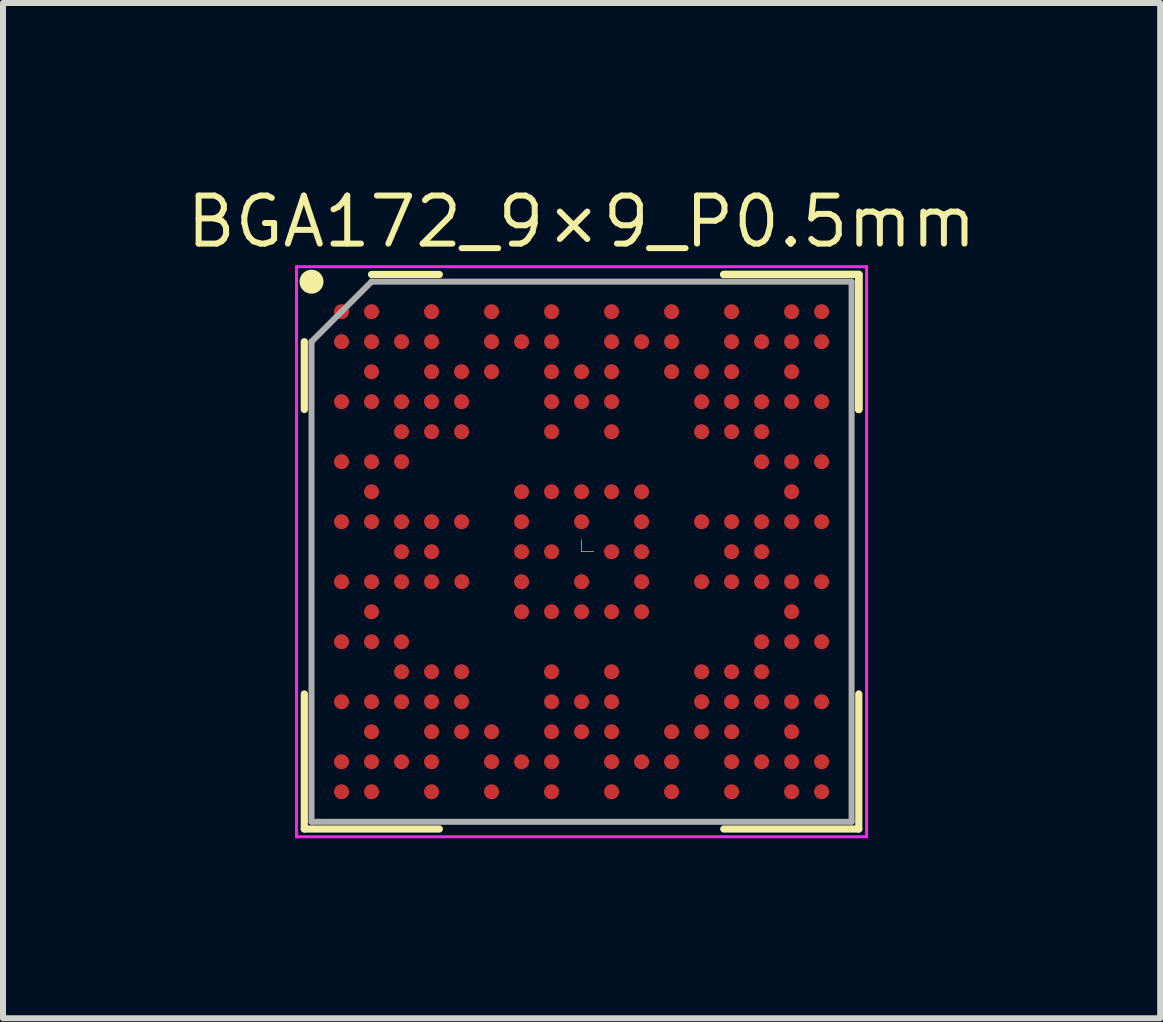
<source format=kicad_pcb>
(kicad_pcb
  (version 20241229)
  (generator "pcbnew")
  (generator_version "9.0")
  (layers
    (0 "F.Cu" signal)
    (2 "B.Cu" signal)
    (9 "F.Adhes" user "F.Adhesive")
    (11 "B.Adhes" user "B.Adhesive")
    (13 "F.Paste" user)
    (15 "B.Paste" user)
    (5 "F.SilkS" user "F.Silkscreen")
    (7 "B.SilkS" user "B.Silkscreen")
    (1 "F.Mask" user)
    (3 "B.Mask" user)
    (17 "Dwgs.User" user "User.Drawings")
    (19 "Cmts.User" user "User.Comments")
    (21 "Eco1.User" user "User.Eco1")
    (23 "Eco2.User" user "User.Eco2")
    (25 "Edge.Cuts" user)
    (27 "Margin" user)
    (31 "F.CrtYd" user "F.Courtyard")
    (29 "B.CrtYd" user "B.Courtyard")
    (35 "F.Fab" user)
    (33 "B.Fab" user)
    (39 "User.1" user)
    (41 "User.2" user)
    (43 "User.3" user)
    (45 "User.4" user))
  (footprint "BGA172_9×9_P0.5mm"
    (layer "F.Cu")
    (at 6.641 6.144)
    (property "Reference" "BGA172_9×9_P0.5mm" (at 0 -5.5 0) (unlocked yes) (layer "F.SilkS") (effects (font (size 0.8 0.8) (thickness 0.1))))
    (attr through_hole)
    (fp_line (start -4.62 -3.5) (end -4.62 -2.37) (stroke (width 0.12) (type solid)) (layer "F.SilkS"))
    (fp_line (start -4.62 4.62) (end -4.62 2.37) (stroke (width 0.12) (type solid)) (layer "F.SilkS"))
    (fp_line (start -2.37 -4.62) (end -3.5 -4.62) (stroke (width 0.12) (type solid)) (layer "F.SilkS"))
    (fp_line (start -2.37 4.62) (end -4.62 4.62) (stroke (width 0.12) (type solid)) (layer "F.SilkS"))
    (fp_line (start 0 0) (end 0 -0.2) (stroke (width 0.01) (type solid)) (layer "F.SilkS"))
    (fp_line (start 0 0) (end 0.2 0) (stroke (width 0.01) (type solid)) (layer "F.SilkS"))
    (fp_line (start 2.37 -4.62) (end 4.62 -4.62) (stroke (width 0.12) (type solid)) (layer "F.SilkS"))
    (fp_line (start 2.37 -4.62) (end 4.62 -4.62) (stroke (width 0.12) (type solid)) (layer "F.SilkS"))
    (fp_line (start 2.37 -4.62) (end 4.62 -4.62) (stroke (width 0.12) (type solid)) (layer "F.SilkS"))
    (fp_line (start 2.37 4.62) (end 4.62 4.62) (stroke (width 0.12) (type solid)) (layer "F.SilkS"))
    (fp_line (start 4.62 -4.62) (end 4.62 -2.37) (stroke (width 0.12) (type solid)) (layer "F.SilkS"))
    (fp_line (start 4.62 -4.62) (end 4.62 -2.37) (stroke (width 0.12) (type solid)) (layer "F.SilkS"))
    (fp_line (start 4.62 -4.62) (end 4.62 -2.37) (stroke (width 0.12) (type solid)) (layer "F.SilkS"))
    (fp_line (start 4.62 4.62) (end 4.62 2.37) (stroke (width 0.12) (type solid)) (layer "F.SilkS"))
    (fp_circle (center -4.5 -4.5) (end -4.5 -4.4) (stroke (width 0.2) (type solid)) (fill no) (layer "F.SilkS"))
    (fp_line (start -4.75 -4.75) (end 4.75 -4.75) (stroke (width 0.05) (type solid)) (layer "F.CrtYd"))
    (fp_line (start -4.75 4.75) (end -4.75 -4.75) (stroke (width 0.05) (type solid)) (layer "F.CrtYd"))
    (fp_line (start 4.75 -4.75) (end 4.75 4.75) (stroke (width 0.05) (type solid)) (layer "F.CrtYd"))
    (fp_line (start 4.75 4.75) (end -4.75 4.75) (stroke (width 0.05) (type solid)) (layer "F.CrtYd"))
    (fp_line (start -4.5 -3.5) (end -4.5 4.5) (stroke (width 0.1) (type solid)) (layer "F.Fab"))
    (fp_line (start -4.5 4.5) (end 4.5 4.5) (stroke (width 0.1) (type solid)) (layer "F.Fab"))
    (fp_line (start -3.5 -4.5) (end -4.5 -3.5) (stroke (width 0.1) (type solid)) (layer "F.Fab"))
    (fp_line (start 4.5 -4.5) (end -3.5 -4.5) (stroke (width 0.1) (type solid)) (layer "F.Fab"))
    (fp_line (start 4.5 4.5) (end 4.5 -4.5) (stroke (width 0.1) (type solid)) (layer "F.Fab"))
    (pad "A1" smd circle (at -4 -4) (size 0.25 0.25) (layers "F.Cu" "F.Mask" "F.Paste"))
    (pad "A2" smd circle (at -3.5 -4) (size 0.25 0.25) (layers "F.Cu" "F.Mask" "F.Paste"))
    (pad "A4" smd circle (at -2.5 -4) (size 0.25 0.25) (layers "F.Cu" "F.Mask" "F.Paste"))
    (pad "A6" smd circle (at -1.5 -4) (size 0.25 0.25) (layers "F.Cu" "F.Mask" "F.Paste"))
    (pad "A8" smd circle (at -0.5 -4) (size 0.25 0.25) (layers "F.Cu" "F.Mask" "F.Paste"))
    (pad "A10" smd circle (at 0.5 -4) (size 0.25 0.25) (layers "F.Cu" "F.Mask" "F.Paste"))
    (pad "A12" smd circle (at 1.5 -4) (size 0.25 0.25) (layers "F.Cu" "F.Mask" "F.Paste"))
    (pad "A14" smd circle (at 2.5 -4) (size 0.25 0.25) (layers "F.Cu" "F.Mask" "F.Paste"))
    (pad "A16" smd circle (at 3.5 -4) (size 0.25 0.25) (layers "F.Cu" "F.Mask" "F.Paste"))
    (pad "A17" smd circle (at 4 -4) (size 0.25 0.25) (layers "F.Cu" "F.Mask" "F.Paste"))
    (pad "B1" smd circle (at -4 -3.5) (size 0.25 0.25) (layers "F.Cu" "F.Mask" "F.Paste"))
    (pad "B2" smd circle (at -3.5 -3.5) (size 0.25 0.25) (layers "F.Cu" "F.Mask" "F.Paste"))
    (pad "B3" smd circle (at -3 -3.5) (size 0.25 0.25) (layers "F.Cu" "F.Mask" "F.Paste"))
    (pad "B4" smd circle (at -2.5 -3.5) (size 0.25 0.25) (layers "F.Cu" "F.Mask" "F.Paste"))
    (pad "B6" smd circle (at -1.5 -3.5) (size 0.25 0.25) (layers "F.Cu" "F.Mask" "F.Paste"))
    (pad "B7" smd circle (at -1 -3.5) (size 0.25 0.25) (layers "F.Cu" "F.Mask" "F.Paste"))
    (pad "B8" smd circle (at -0.5 -3.5) (size 0.25 0.25) (layers "F.Cu" "F.Mask" "F.Paste"))
    (pad "B10" smd circle (at 0.5 -3.5) (size 0.25 0.25) (layers "F.Cu" "F.Mask" "F.Paste"))
    (pad "B11" smd circle (at 1 -3.5) (size 0.25 0.25) (layers "F.Cu" "F.Mask" "F.Paste"))
    (pad "B12" smd circle (at 1.5 -3.5) (size 0.25 0.25) (layers "F.Cu" "F.Mask" "F.Paste"))
    (pad "B14" smd circle (at 2.5 -3.5) (size 0.25 0.25) (layers "F.Cu" "F.Mask" "F.Paste"))
    (pad "B15" smd circle (at 3 -3.5) (size 0.25 0.25) (layers "F.Cu" "F.Mask" "F.Paste"))
    (pad "B16" smd circle (at 3.5 -3.5) (size 0.25 0.25) (layers "F.Cu" "F.Mask" "F.Paste"))
    (pad "B17" smd circle (at 4 -3.5) (size 0.25 0.25) (layers "F.Cu" "F.Mask" "F.Paste"))
    (pad "C2" smd circle (at -3.5 -3) (size 0.25 0.25) (layers "F.Cu" "F.Mask" "F.Paste"))
    (pad "C4" smd circle (at -2.5 -3) (size 0.25 0.25) (layers "F.Cu" "F.Mask" "F.Paste"))
    (pad "C5" smd circle (at -2 -3) (size 0.25 0.25) (layers "F.Cu" "F.Mask" "F.Paste"))
    (pad "C6" smd circle (at -1.5 -3) (size 0.25 0.25) (layers "F.Cu" "F.Mask" "F.Paste"))
    (pad "C8" smd circle (at -0.5 -3) (size 0.25 0.25) (layers "F.Cu" "F.Mask" "F.Paste"))
    (pad "C9" smd circle (at 0 -3) (size 0.25 0.25) (layers "F.Cu" "F.Mask" "F.Paste"))
    (pad "C10" smd circle (at 0.5 -3) (size 0.25 0.25) (layers "F.Cu" "F.Mask" "F.Paste"))
    (pad "C12" smd circle (at 1.5 -3) (size 0.25 0.25) (layers "F.Cu" "F.Mask" "F.Paste"))
    (pad "C13" smd circle (at 2 -3) (size 0.25 0.25) (layers "F.Cu" "F.Mask" "F.Paste"))
    (pad "C14" smd circle (at 2.5 -3) (size 0.25 0.25) (layers "F.Cu" "F.Mask" "F.Paste"))
    (pad "C16" smd circle (at 3.5 -3) (size 0.25 0.25) (layers "F.Cu" "F.Mask" "F.Paste"))
    (pad "D1" smd circle (at -4 -2.5) (size 0.25 0.25) (layers "F.Cu" "F.Mask" "F.Paste"))
    (pad "D2" smd circle (at -3.5 -2.5) (size 0.25 0.25) (layers "F.Cu" "F.Mask" "F.Paste"))
    (pad "D3" smd circle (at -3 -2.5) (size 0.25 0.25) (layers "F.Cu" "F.Mask" "F.Paste"))
    (pad "D4" smd circle (at -2.5 -2.5) (size 0.25 0.25) (layers "F.Cu" "F.Mask" "F.Paste"))
    (pad "D5" smd circle (at -2 -2.5) (size 0.25 0.25) (layers "F.Cu" "F.Mask" "F.Paste"))
    (pad "D8" smd circle (at -0.5 -2.5) (size 0.25 0.25) (layers "F.Cu" "F.Mask" "F.Paste"))
    (pad "D9" smd circle (at 0 -2.5) (size 0.25 0.25) (layers "F.Cu" "F.Mask" "F.Paste"))
    (pad "D10" smd circle (at 0.5 -2.5) (size 0.25 0.25) (layers "F.Cu" "F.Mask" "F.Paste"))
    (pad "D13" smd circle (at 2 -2.5) (size 0.25 0.25) (layers "F.Cu" "F.Mask" "F.Paste"))
    (pad "D14" smd circle (at 2.5 -2.5) (size 0.25 0.25) (layers "F.Cu" "F.Mask" "F.Paste"))
    (pad "D15" smd circle (at 3 -2.5) (size 0.25 0.25) (layers "F.Cu" "F.Mask" "F.Paste"))
    (pad "D16" smd circle (at 3.5 -2.5) (size 0.25 0.25) (layers "F.Cu" "F.Mask" "F.Paste"))
    (pad "D17" smd circle (at 4 -2.5) (size 0.25 0.25) (layers "F.Cu" "F.Mask" "F.Paste"))
    (pad "E3" smd circle (at -3 -2) (size 0.25 0.25) (layers "F.Cu" "F.Mask" "F.Paste"))
    (pad "E4" smd circle (at -2.5 -2) (size 0.25 0.25) (layers "F.Cu" "F.Mask" "F.Paste"))
    (pad "E5" smd circle (at -2 -2) (size 0.25 0.25) (layers "F.Cu" "F.Mask" "F.Paste"))
    (pad "E8" smd circle (at -0.5 -2) (size 0.25 0.25) (layers "F.Cu" "F.Mask" "F.Paste"))
    (pad "E9" smd circle (at 0.5 -2) (size 0.25 0.25) (layers "F.Cu" "F.Mask" "F.Paste"))
    (pad "E13" smd circle (at 2 -2) (size 0.25 0.25) (layers "F.Cu" "F.Mask" "F.Paste"))
    (pad "E14" smd circle (at 2.5 -2) (size 0.25 0.25) (layers "F.Cu" "F.Mask" "F.Paste"))
    (pad "E15" smd circle (at 3 -2) (size 0.25 0.25) (layers "F.Cu" "F.Mask" "F.Paste"))
    (pad "F1" smd circle (at -4 -1.5) (size 0.25 0.25) (layers "F.Cu" "F.Mask" "F.Paste"))
    (pad "F2" smd circle (at -3.5 -1.5) (size 0.25 0.25) (layers "F.Cu" "F.Mask" "F.Paste"))
    (pad "F3" smd circle (at -3 -1.5) (size 0.25 0.25) (layers "F.Cu" "F.Mask" "F.Paste"))
    (pad "F15" smd circle (at 3 -1.5) (size 0.25 0.25) (layers "F.Cu" "F.Mask" "F.Paste"))
    (pad "F16" smd circle (at 3.5 -1.5) (size 0.25 0.25) (layers "F.Cu" "F.Mask" "F.Paste"))
    (pad "F17" smd circle (at 4 -1.5) (size 0.25 0.25) (layers "F.Cu" "F.Mask" "F.Paste"))
    (pad "G2" smd circle (at -3.5 -1) (size 0.25 0.25) (layers "F.Cu" "F.Mask" "F.Paste"))
    (pad "G7" smd circle (at -1 -1) (size 0.25 0.25) (layers "F.Cu" "F.Mask" "F.Paste"))
    (pad "G8" smd circle (at -0.5 -1) (size 0.25 0.25) (layers "F.Cu" "F.Mask" "F.Paste"))
    (pad "G9" smd circle (at 0 -1) (size 0.25 0.25) (layers "F.Cu" "F.Mask" "F.Paste"))
    (pad "G10" smd circle (at 0.5 -1) (size 0.25 0.25) (layers "F.Cu" "F.Mask" "F.Paste"))
    (pad "G11" smd circle (at 1 -1) (size 0.25 0.25) (layers "F.Cu" "F.Mask" "F.Paste"))
    (pad "G16" smd circle (at 3.5 -1) (size 0.25 0.25) (layers "F.Cu" "F.Mask" "F.Paste"))
    (pad "H1" smd circle (at -4 -0.5) (size 0.25 0.25) (layers "F.Cu" "F.Mask" "F.Paste"))
    (pad "H2" smd circle (at -3.5 -0.5) (size 0.25 0.25) (layers "F.Cu" "F.Mask" "F.Paste"))
    (pad "H3" smd circle (at -3 -0.5) (size 0.25 0.25) (layers "F.Cu" "F.Mask" "F.Paste"))
    (pad "H4" smd circle (at -2.5 -0.5) (size 0.25 0.25) (layers "F.Cu" "F.Mask" "F.Paste"))
    (pad "H5" smd circle (at -2 -0.5) (size 0.25 0.25) (layers "F.Cu" "F.Mask" "F.Paste"))
    (pad "H7" smd circle (at -1 -0.5) (size 0.25 0.25) (layers "F.Cu" "F.Mask" "F.Paste"))
    (pad "H9" smd circle (at 0 -0.5) (size 0.25 0.25) (layers "F.Cu" "F.Mask" "F.Paste"))
    (pad "H11" smd circle (at 1 -0.5) (size 0.25 0.25) (layers "F.Cu" "F.Mask" "F.Paste"))
    (pad "H13" smd circle (at 2 -0.5) (size 0.25 0.25) (layers "F.Cu" "F.Mask" "F.Paste"))
    (pad "H14" smd circle (at 2.5 -0.5) (size 0.25 0.25) (layers "F.Cu" "F.Mask" "F.Paste"))
    (pad "H15" smd circle (at 3 -0.5) (size 0.25 0.25) (layers "F.Cu" "F.Mask" "F.Paste"))
    (pad "H16" smd circle (at 3.5 -0.5) (size 0.25 0.25) (layers "F.Cu" "F.Mask" "F.Paste"))
    (pad "H17" smd circle (at 4 -0.5) (size 0.25 0.25) (layers "F.Cu" "F.Mask" "F.Paste"))
    (pad "J3" smd circle (at -3 0) (size 0.25 0.25) (layers "F.Cu" "F.Mask" "F.Paste"))
    (pad "J4" smd circle (at -2.5 0) (size 0.25 0.25) (layers "F.Cu" "F.Mask" "F.Paste"))
    (pad "J7" smd circle (at -1 0) (size 0.25 0.25) (layers "F.Cu" "F.Mask" "F.Paste"))
    (pad "J8" smd circle (at -0.5 0) (size 0.25 0.25) (layers "F.Cu" "F.Mask" "F.Paste"))
    (pad "J10" smd circle (at 0.5 0) (size 0.25 0.25) (layers "F.Cu" "F.Mask" "F.Paste"))
    (pad "J11" smd circle (at 1 0) (size 0.25 0.25) (layers "F.Cu" "F.Mask" "F.Paste"))
    (pad "J14" smd circle (at 2.5 0) (size 0.25 0.25) (layers "F.Cu" "F.Mask" "F.Paste"))
    (pad "J15" smd circle (at 3 0) (size 0.25 0.25) (layers "F.Cu" "F.Mask" "F.Paste"))
    (pad "K1" smd circle (at -4 0.5) (size 0.25 0.25) (layers "F.Cu" "F.Mask" "F.Paste"))
    (pad "K2" smd circle (at -3.5 0.5) (size 0.25 0.25) (layers "F.Cu" "F.Mask" "F.Paste"))
    (pad "K3" smd circle (at -3 0.5) (size 0.25 0.25) (layers "F.Cu" "F.Mask" "F.Paste"))
    (pad "K4" smd circle (at -2.5 0.5) (size 0.25 0.25) (layers "F.Cu" "F.Mask" "F.Paste"))
    (pad "K5" smd circle (at -1.996 0.499) (size 0.25 0.25) (layers "F.Cu" "F.Mask" "F.Paste"))
    (pad "K7" smd circle (at -1 0.5) (size 0.25 0.25) (layers "F.Cu" "F.Mask" "F.Paste"))
    (pad "K9" smd circle (at 0 0.5) (size 0.25 0.25) (layers "F.Cu" "F.Mask" "F.Paste"))
    (pad "K11" smd circle (at 1 0.5) (size 0.25 0.25) (layers "F.Cu" "F.Mask" "F.Paste"))
    (pad "K13" smd circle (at 2 0.5) (size 0.25 0.25) (layers "F.Cu" "F.Mask" "F.Paste"))
    (pad "K14" smd circle (at 2.5 0.5) (size 0.25 0.25) (layers "F.Cu" "F.Mask" "F.Paste"))
    (pad "K15" smd circle (at 3 0.5) (size 0.25 0.25) (layers "F.Cu" "F.Mask" "F.Paste"))
    (pad "K16" smd circle (at 3.5 0.5) (size 0.25 0.25) (layers "F.Cu" "F.Mask" "F.Paste"))
    (pad "K17" smd circle (at 4 0.5) (size 0.25 0.25) (layers "F.Cu" "F.Mask" "F.Paste"))
    (pad "L2" smd circle (at -3.5 1) (size 0.25 0.25) (layers "F.Cu" "F.Mask" "F.Paste"))
    (pad "L7" smd circle (at -1 1) (size 0.25 0.25) (layers "F.Cu" "F.Mask" "F.Paste"))
    (pad "L8" smd circle (at -0.5 1) (size 0.25 0.25) (layers "F.Cu" "F.Mask" "F.Paste"))
    (pad "L9" smd circle (at 0 1) (size 0.25 0.25) (layers "F.Cu" "F.Mask" "F.Paste"))
    (pad "L10" smd circle (at 0.5 1) (size 0.25 0.25) (layers "F.Cu" "F.Mask" "F.Paste"))
    (pad "L11" smd circle (at 1 1) (size 0.25 0.25) (layers "F.Cu" "F.Mask" "F.Paste"))
    (pad "L16" smd circle (at 3.5 1) (size 0.25 0.25) (layers "F.Cu" "F.Mask" "F.Paste"))
    (pad "M1" smd circle (at -4 1.5) (size 0.25 0.25) (layers "F.Cu" "F.Mask" "F.Paste"))
    (pad "M2" smd circle (at -3.5 1.5) (size 0.25 0.25) (layers "F.Cu" "F.Mask" "F.Paste"))
    (pad "M3" smd circle (at -3 1.5) (size 0.25 0.25) (layers "F.Cu" "F.Mask" "F.Paste"))
    (pad "M15" smd circle (at 3 1.5) (size 0.25 0.25) (layers "F.Cu" "F.Mask" "F.Paste"))
    (pad "M16" smd circle (at 3.5 1.5) (size 0.25 0.25) (layers "F.Cu" "F.Mask" "F.Paste"))
    (pad "M17" smd circle (at 4 1.5) (size 0.25 0.25) (layers "F.Cu" "F.Mask" "F.Paste"))
    (pad "N3" smd circle (at -3 2) (size 0.25 0.25) (layers "F.Cu" "F.Mask" "F.Paste"))
    (pad "N4" smd circle (at -2.5 2) (size 0.25 0.25) (layers "F.Cu" "F.Mask" "F.Paste"))
    (pad "N5" smd circle (at -2 2) (size 0.25 0.25) (layers "F.Cu" "F.Mask" "F.Paste"))
    (pad "N8" smd circle (at -0.5 2) (size 0.25 0.25) (layers "F.Cu" "F.Mask" "F.Paste"))
    (pad "N10" smd circle (at 0.5 2) (size 0.25 0.25) (layers "F.Cu" "F.Mask" "F.Paste"))
    (pad "N13" smd circle (at 2 2) (size 0.25 0.25) (layers "F.Cu" "F.Mask" "F.Paste"))
    (pad "N14" smd circle (at 2.5 2) (size 0.25 0.25) (layers "F.Cu" "F.Mask" "F.Paste"))
    (pad "N15" smd circle (at 3 2) (size 0.25 0.25) (layers "F.Cu" "F.Mask" "F.Paste"))
    (pad "P1" smd circle (at -4 2.5) (size 0.25 0.25) (layers "F.Cu" "F.Mask" "F.Paste"))
    (pad "P2" smd circle (at -3.5 2.5) (size 0.25 0.25) (layers "F.Cu" "F.Mask" "F.Paste"))
    (pad "P3" smd circle (at -3 2.5) (size 0.25 0.25) (layers "F.Cu" "F.Mask" "F.Paste"))
    (pad "P4" smd circle (at -2.5 2.5) (size 0.25 0.25) (layers "F.Cu" "F.Mask" "F.Paste"))
    (pad "P5" smd circle (at -2 2.5) (size 0.25 0.25) (layers "F.Cu" "F.Mask" "F.Paste"))
    (pad "P8" smd circle (at -0.5 2.5) (size 0.25 0.25) (layers "F.Cu" "F.Mask" "F.Paste"))
    (pad "P9" smd circle (at 0 2.5) (size 0.25 0.25) (layers "F.Cu" "F.Mask" "F.Paste"))
    (pad "P10" smd circle (at 0.5 2.5) (size 0.25 0.25) (layers "F.Cu" "F.Mask" "F.Paste"))
    (pad "P13" smd circle (at 2 2.5) (size 0.25 0.25) (layers "F.Cu" "F.Mask" "F.Paste"))
    (pad "P14" smd circle (at 2.5 2.5) (size 0.25 0.25) (layers "F.Cu" "F.Mask" "F.Paste"))
    (pad "P15" smd circle (at 3 2.5) (size 0.25 0.25) (layers "F.Cu" "F.Mask" "F.Paste"))
    (pad "P16" smd circle (at 3.5 2.5) (size 0.25 0.25) (layers "F.Cu" "F.Mask" "F.Paste"))
    (pad "P17" smd circle (at 4 2.5) (size 0.25 0.25) (layers "F.Cu" "F.Mask" "F.Paste"))
    (pad "R2" smd circle (at -3.5 3) (size 0.25 0.25) (layers "F.Cu" "F.Mask" "F.Paste"))
    (pad "R4" smd circle (at -2.5 3) (size 0.25 0.25) (layers "F.Cu" "F.Mask" "F.Paste"))
    (pad "R5" smd circle (at -2 3) (size 0.25 0.25) (layers "F.Cu" "F.Mask" "F.Paste"))
    (pad "R6" smd circle (at -1.5 3) (size 0.25 0.25) (layers "F.Cu" "F.Mask" "F.Paste"))
    (pad "R8" smd circle (at -0.5 3) (size 0.25 0.25) (layers "F.Cu" "F.Mask" "F.Paste"))
    (pad "R9" smd circle (at 0 3) (size 0.25 0.25) (layers "F.Cu" "F.Mask" "F.Paste"))
    (pad "R10" smd circle (at 0.5 3) (size 0.25 0.25) (layers "F.Cu" "F.Mask" "F.Paste"))
    (pad "R12" smd circle (at 1.5 3) (size 0.25 0.25) (layers "F.Cu" "F.Mask" "F.Paste"))
    (pad "R13" smd circle (at 2 3) (size 0.25 0.25) (layers "F.Cu" "F.Mask" "F.Paste"))
    (pad "R14" smd circle (at 2.5 3) (size 0.25 0.25) (layers "F.Cu" "F.Mask" "F.Paste"))
    (pad "R16" smd circle (at 3.5 3) (size 0.25 0.25) (layers "F.Cu" "F.Mask" "F.Paste"))
    (pad "T1" smd circle (at -4 3.5) (size 0.25 0.25) (layers "F.Cu" "F.Mask" "F.Paste"))
    (pad "T2" smd circle (at -3.5 3.5) (size 0.25 0.25) (layers "F.Cu" "F.Mask" "F.Paste"))
    (pad "T3" smd circle (at -3 3.5) (size 0.25 0.25) (layers "F.Cu" "F.Mask" "F.Paste"))
    (pad "T4" smd circle (at -2.5 3.5) (size 0.25 0.25) (layers "F.Cu" "F.Mask" "F.Paste"))
    (pad "T6" smd circle (at -1.5 3.5) (size 0.25 0.25) (layers "F.Cu" "F.Mask" "F.Paste"))
    (pad "T7" smd circle (at -1 3.5) (size 0.25 0.25) (layers "F.Cu" "F.Mask" "F.Paste"))
    (pad "T8" smd circle (at -0.5 3.5) (size 0.25 0.25) (layers "F.Cu" "F.Mask" "F.Paste"))
    (pad "T10" smd circle (at 0.5 3.5) (size 0.25 0.25) (layers "F.Cu" "F.Mask" "F.Paste"))
    (pad "T11" smd circle (at 1 3.5) (size 0.25 0.25) (layers "F.Cu" "F.Mask" "F.Paste"))
    (pad "T12" smd circle (at 1.5 3.5) (size 0.25 0.25) (layers "F.Cu" "F.Mask" "F.Paste"))
    (pad "T14" smd circle (at 2.5 3.5) (size 0.25 0.25) (layers "F.Cu" "F.Mask" "F.Paste"))
    (pad "T15" smd circle (at 3 3.5) (size 0.25 0.25) (layers "F.Cu" "F.Mask" "F.Paste"))
    (pad "T16" smd circle (at 3.5 3.5) (size 0.25 0.25) (layers "F.Cu" "F.Mask" "F.Paste"))
    (pad "T17" smd circle (at 4 3.5) (size 0.25 0.25) (layers "F.Cu" "F.Mask" "F.Paste"))
    (pad "U1" smd circle (at -4 4) (size 0.25 0.25) (layers "F.Cu" "F.Mask" "F.Paste"))
    (pad "U2" smd circle (at -3.5 4) (size 0.25 0.25) (layers "F.Cu" "F.Mask" "F.Paste"))
    (pad "U4" smd circle (at -2.5 4) (size 0.25 0.25) (layers "F.Cu" "F.Mask" "F.Paste"))
    (pad "U6" smd circle (at -1.5 4) (size 0.25 0.25) (layers "F.Cu" "F.Mask" "F.Paste"))
    (pad "U8" smd circle (at -0.5 4) (size 0.25 0.25) (layers "F.Cu" "F.Mask" "F.Paste"))
    (pad "U10" smd circle (at 0.5 4) (size 0.25 0.25) (layers "F.Cu" "F.Mask" "F.Paste"))
    (pad "U12" smd circle (at 1.5 4) (size 0.25 0.25) (layers "F.Cu" "F.Mask" "F.Paste"))
    (pad "U14" smd circle (at 2.5 4) (size 0.25 0.25) (layers "F.Cu" "F.Mask" "F.Paste"))
    (pad "U16" smd circle (at 3.5 4) (size 0.25 0.25) (layers "F.Cu" "F.Mask" "F.Paste"))
    (pad "U17" smd circle (at 4 4) (size 0.25 0.25) (layers "F.Cu" "F.Mask" "F.Paste")))
  (gr_rect
    (start -3 -3)
    (end 16.283 13.918)
    (stroke (width 0.1) (type default))
    (fill no)
    (layer "Edge.Cuts")))
</source>
